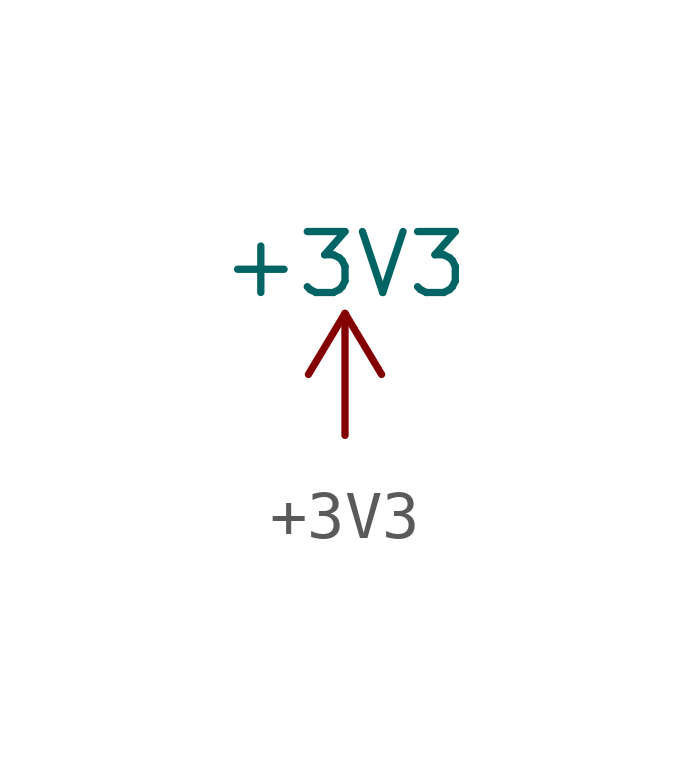
<source format=kicad_sym>
(kicad_symbol_lib
  (version 20211014)
  (generator kicad_symbol_editor)
  (symbol "+3V3"
    (power)
    (pin_names
      (offset 0))
    (property "Reference" "#PWR"
      (at 4.826 -1.524 0)
      (effects (font (size 1.27 1.27)) hide))
    (property "Value" "+3V3"
      (at 0 3.556 0)
      (effects (font (size 1.27 1.27))))
    (symbol "+3V3_0_1"
      (polyline (pts (xy -0.762 1.27) (xy 0 2.54)) (stroke (width 0) (type default) (color 0 0 0 0)) (fill (type none)))
      (polyline (pts (xy 0 0) (xy 0 2.54)) (stroke (width 0) (type default) (color 0 0 0 0)) (fill (type none)))
      (polyline (pts (xy 0 2.54) (xy 0.762 1.27)) (stroke (width 0) (type default) (color 0 0 0 0)) (fill (type none))))
    (symbol "+3V3_1_1"
      (pin power_in line (at 0 0 90) (length 0) hide (name "+3V3" (effects (font (size 1.27 1.27)))) (number "1" (effects (font (size 1.27 1.27))))))))
</source>
